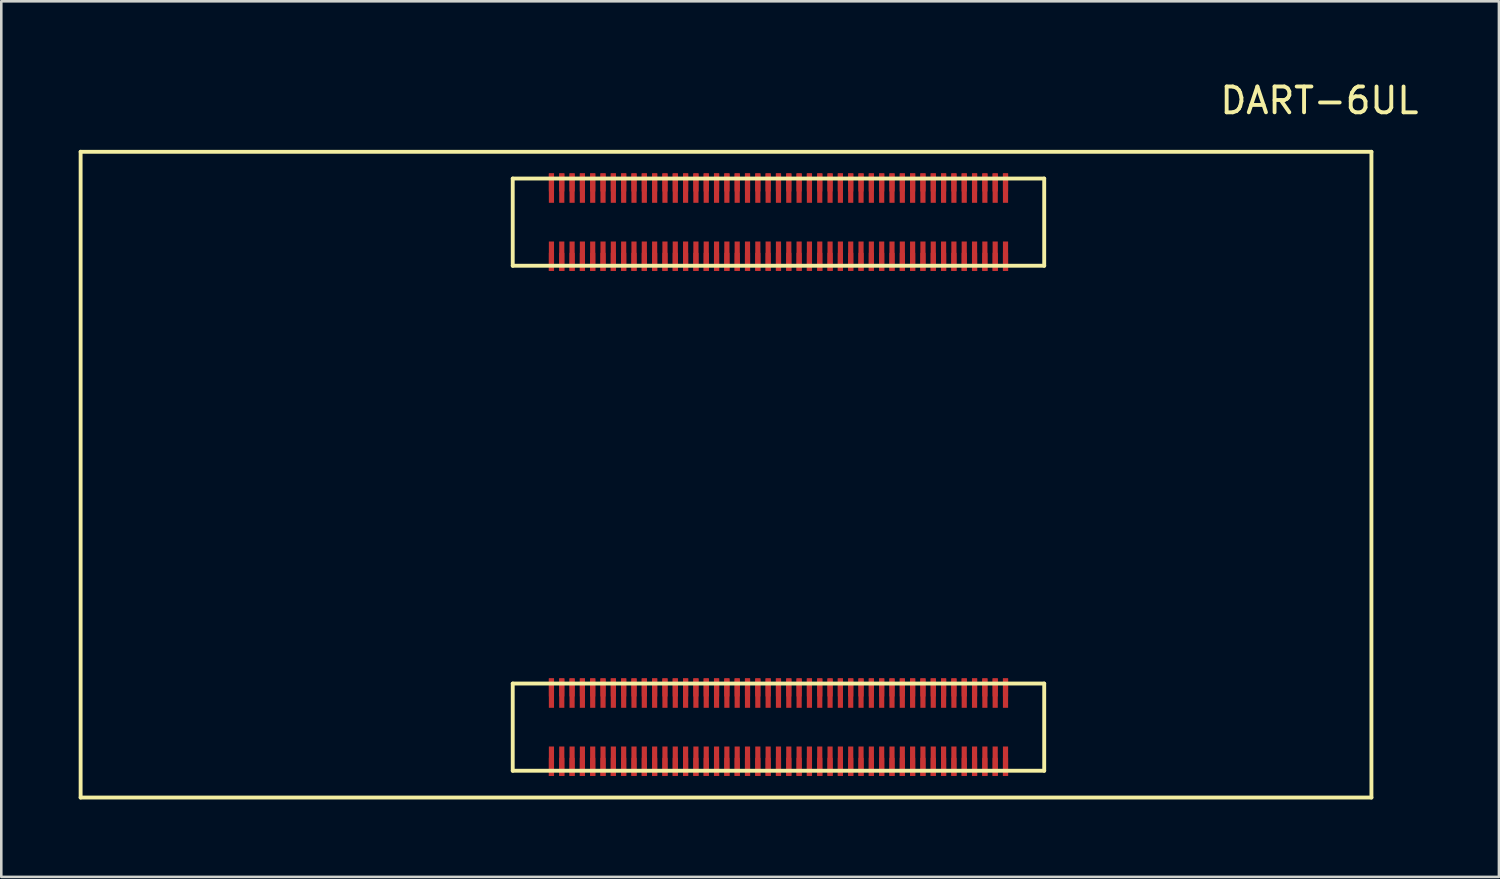
<source format=kicad_pcb>
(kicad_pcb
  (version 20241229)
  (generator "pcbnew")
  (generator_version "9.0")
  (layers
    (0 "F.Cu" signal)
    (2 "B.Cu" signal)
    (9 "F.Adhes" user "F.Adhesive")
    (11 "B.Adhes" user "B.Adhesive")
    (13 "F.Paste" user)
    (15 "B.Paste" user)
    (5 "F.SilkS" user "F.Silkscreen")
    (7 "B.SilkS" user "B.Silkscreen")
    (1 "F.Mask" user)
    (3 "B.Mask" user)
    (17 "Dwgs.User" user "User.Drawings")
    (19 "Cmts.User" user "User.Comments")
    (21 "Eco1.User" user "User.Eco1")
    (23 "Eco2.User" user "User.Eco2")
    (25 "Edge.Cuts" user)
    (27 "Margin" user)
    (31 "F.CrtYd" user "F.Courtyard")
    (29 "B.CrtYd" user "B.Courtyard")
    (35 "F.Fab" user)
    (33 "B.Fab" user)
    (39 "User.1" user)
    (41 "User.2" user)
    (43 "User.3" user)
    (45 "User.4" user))
  (footprint "DART-6UL"
    (layer "F.Cu")
    (at 25.091 15.348)
    (property "Reference" "DART-6UL" (at 23 -14.5 0) (layer "F.SilkS") (effects (font (size 1 1) (thickness 0.15))))
    (attr through_hole)
    (fp_line (start -25.016 -12.515) (end -25.016 12.515) (stroke (width 0.15) (type solid)) (layer "F.SilkS"))
    (fp_line (start -25.016 -12.515) (end 25.016 -12.515) (stroke (width 0.15) (type solid)) (layer "F.SilkS"))
    (fp_line (start -25.016 12.515) (end 25.016 12.515) (stroke (width 0.15) (type solid)) (layer "F.SilkS"))
    (fp_line (start -8.267 -11.477) (end 12.333 -11.477) (stroke (width 0.15) (type solid)) (layer "F.SilkS"))
    (fp_line (start -8.267 -8.097) (end -8.267 -11.477) (stroke (width 0.15) (type solid)) (layer "F.SilkS"))
    (fp_line (start -8.267 8.097) (end 12.333 8.097) (stroke (width 0.15) (type solid)) (layer "F.SilkS"))
    (fp_line (start -8.267 11.477) (end -8.267 8.097) (stroke (width 0.15) (type solid)) (layer "F.SilkS"))
    (fp_line (start 12.333 -11.477) (end 12.333 -8.097) (stroke (width 0.15) (type solid)) (layer "F.SilkS"))
    (fp_line (start 12.333 -8.097) (end -8.267 -8.097) (stroke (width 0.15) (type solid)) (layer "F.SilkS"))
    (fp_line (start 12.333 8.097) (end 12.333 11.477) (stroke (width 0.15) (type solid)) (layer "F.SilkS"))
    (fp_line (start 12.333 11.477) (end -8.267 11.477) (stroke (width 0.15) (type solid)) (layer "F.SilkS"))
    (fp_line (start 25.016 -12.515) (end 25.016 12.515) (stroke (width 0.15) (type solid)) (layer "F.SilkS"))
    (pad "A1" smd custom (at 10.833 -11.327 180) (size 0.2 0.7) (layers "F.Cu" "F.Mask") (options (anchor rect)) (primitives))
    (pad "A1" smd custom (at 10.833 -11.107 180) (size 0.2 1.14) (layers "F.Cu") (options (anchor rect)) (primitives))
    (pad "A2" smd custom (at 10.833 -8.467) (size 0.2 1.14) (layers "F.Cu") (options (anchor rect)) (primitives))
    (pad "A2" smd custom (at 10.833 -8.247) (size 0.2 0.7) (layers "F.Cu" "F.Mask") (options (anchor rect)) (primitives))
    (pad "A3" smd custom (at 10.433 -11.327 180) (size 0.2 0.7) (layers "F.Cu" "F.Mask") (options (anchor rect)) (primitives))
    (pad "A3" smd custom (at 10.433 -11.107 180) (size 0.2 1.14) (layers "F.Cu") (options (anchor rect)) (primitives))
    (pad "A4" smd custom (at 10.433 -8.467) (size 0.2 1.14) (layers "F.Cu") (options (anchor rect)) (primitives))
    (pad "A4" smd custom (at 10.433 -8.247) (size 0.2 0.7) (layers "F.Cu" "F.Mask") (options (anchor rect)) (primitives))
    (pad "A5" smd custom (at 10.033 -11.327 180) (size 0.2 0.7) (layers "F.Cu" "F.Mask") (options (anchor rect)) (primitives))
    (pad "A5" smd custom (at 10.033 -11.107 180) (size 0.2 1.14) (layers "F.Cu") (options (anchor rect)) (primitives))
    (pad "A6" smd custom (at 10.033 -8.467) (size 0.2 1.14) (layers "F.Cu") (options (anchor rect)) (primitives))
    (pad "A6" smd custom (at 10.033 -8.247) (size 0.2 0.7) (layers "F.Cu" "F.Mask") (options (anchor rect)) (primitives))
    (pad "A7" smd custom (at 9.633 -11.327 180) (size 0.2 0.7) (layers "F.Cu" "F.Mask") (options (anchor rect)) (primitives))
    (pad "A7" smd custom (at 9.633 -11.107 180) (size 0.2 1.14) (layers "F.Cu") (options (anchor rect)) (primitives))
    (pad "A8" smd custom (at 9.633 -8.467) (size 0.2 1.14) (layers "F.Cu") (options (anchor rect)) (primitives))
    (pad "A8" smd custom (at 9.633 -8.247) (size 0.2 0.7) (layers "F.Cu" "F.Mask") (options (anchor rect)) (primitives))
    (pad "A9" smd custom (at 9.233 -11.327 180) (size 0.2 0.7) (layers "F.Cu" "F.Mask") (options (anchor rect)) (primitives))
    (pad "A9" smd custom (at 9.233 -11.107 180) (size 0.2 1.14) (layers "F.Cu") (options (anchor rect)) (primitives))
    (pad "A10" smd custom (at 9.233 -8.467) (size 0.2 1.14) (layers "F.Cu") (options (anchor rect)) (primitives))
    (pad "A10" smd custom (at 9.233 -8.247) (size 0.2 0.7) (layers "F.Cu" "F.Mask") (options (anchor rect)) (primitives))
    (pad "A11" smd custom (at 8.833 -11.327 180) (size 0.2 0.7) (layers "F.Cu" "F.Mask") (options (anchor rect)) (primitives))
    (pad "A11" smd custom (at 8.833 -11.107 180) (size 0.2 1.14) (layers "F.Cu") (options (anchor rect)) (primitives))
    (pad "A12" smd custom (at 8.833 -8.467) (size 0.2 1.14) (layers "F.Cu") (options (anchor rect)) (primitives))
    (pad "A12" smd custom (at 8.833 -8.247) (size 0.2 0.7) (layers "F.Cu" "F.Mask") (options (anchor rect)) (primitives))
    (pad "A13" smd custom (at 8.433 -11.327 180) (size 0.2 0.7) (layers "F.Cu" "F.Mask") (options (anchor rect)) (primitives))
    (pad "A13" smd custom (at 8.433 -11.107 180) (size 0.2 1.14) (layers "F.Cu") (options (anchor rect)) (primitives))
    (pad "A14" smd custom (at 8.433 -8.467) (size 0.2 1.14) (layers "F.Cu") (options (anchor rect)) (primitives))
    (pad "A14" smd custom (at 8.433 -8.247) (size 0.2 0.7) (layers "F.Cu" "F.Mask") (options (anchor rect)) (primitives))
    (pad "A15" smd custom (at 8.033 -11.327 180) (size 0.2 0.7) (layers "F.Cu" "F.Mask") (options (anchor rect)) (primitives))
    (pad "A15" smd custom (at 8.033 -11.107 180) (size 0.2 1.14) (layers "F.Cu") (options (anchor rect)) (primitives))
    (pad "A16" smd custom (at 8.033 -8.467) (size 0.2 1.14) (layers "F.Cu") (options (anchor rect)) (primitives))
    (pad "A16" smd custom (at 8.033 -8.247) (size 0.2 0.7) (layers "F.Cu" "F.Mask") (options (anchor rect)) (primitives))
    (pad "A17" smd custom (at 7.633 -11.327 180) (size 0.2 0.7) (layers "F.Cu" "F.Mask") (options (anchor rect)) (primitives))
    (pad "A17" smd custom (at 7.633 -11.107 180) (size 0.2 1.14) (layers "F.Cu") (options (anchor rect)) (primitives))
    (pad "A18" smd custom (at 7.633 -8.467) (size 0.2 1.14) (layers "F.Cu") (options (anchor rect)) (primitives))
    (pad "A18" smd custom (at 7.633 -8.247) (size 0.2 0.7) (layers "F.Cu" "F.Mask") (options (anchor rect)) (primitives))
    (pad "A19" smd custom (at 7.233 -11.327 180) (size 0.2 0.7) (layers "F.Cu" "F.Mask") (options (anchor rect)) (primitives))
    (pad "A19" smd custom (at 7.233 -11.107 180) (size 0.2 1.14) (layers "F.Cu") (options (anchor rect)) (primitives))
    (pad "A20" smd custom (at 7.233 -8.467) (size 0.2 1.14) (layers "F.Cu") (options (anchor rect)) (primitives))
    (pad "A20" smd custom (at 7.233 -8.247) (size 0.2 0.7) (layers "F.Cu" "F.Mask") (options (anchor rect)) (primitives))
    (pad "A21" smd custom (at 6.833 -11.327 180) (size 0.2 0.7) (layers "F.Cu" "F.Mask") (options (anchor rect)) (primitives))
    (pad "A21" smd custom (at 6.833 -11.107 180) (size 0.2 1.14) (layers "F.Cu") (options (anchor rect)) (primitives))
    (pad "A22" smd custom (at 6.833 -8.467) (size 0.2 1.14) (layers "F.Cu") (options (anchor rect)) (primitives))
    (pad "A22" smd custom (at 6.833 -8.247) (size 0.2 0.7) (layers "F.Cu" "F.Mask") (options (anchor rect)) (primitives))
    (pad "A23" smd custom (at 6.433 -11.327 180) (size 0.2 0.7) (layers "F.Cu" "F.Mask") (options (anchor rect)) (primitives))
    (pad "A23" smd custom (at 6.433 -11.107 180) (size 0.2 1.14) (layers "F.Cu") (options (anchor rect)) (primitives))
    (pad "A24" smd custom (at 6.433 -8.467) (size 0.2 1.14) (layers "F.Cu") (options (anchor rect)) (primitives))
    (pad "A24" smd custom (at 6.433 -8.247) (size 0.2 0.7) (layers "F.Cu" "F.Mask") (options (anchor rect)) (primitives))
    (pad "A25" smd custom (at 6.033 -11.327 180) (size 0.2 0.7) (layers "F.Cu" "F.Mask") (options (anchor rect)) (primitives))
    (pad "A25" smd custom (at 6.033 -11.107 180) (size 0.2 1.14) (layers "F.Cu") (options (anchor rect)) (primitives))
    (pad "A26" smd custom (at 6.033 -8.467) (size 0.2 1.14) (layers "F.Cu") (options (anchor rect)) (primitives))
    (pad "A26" smd custom (at 6.033 -8.247) (size 0.2 0.7) (layers "F.Cu" "F.Mask") (options (anchor rect)) (primitives))
    (pad "A27" smd custom (at 5.633 -11.327 180) (size 0.2 0.7) (layers "F.Cu" "F.Mask") (options (anchor rect)) (primitives))
    (pad "A27" smd custom (at 5.633 -11.107 180) (size 0.2 1.14) (layers "F.Cu") (options (anchor rect)) (primitives))
    (pad "A28" smd custom (at 5.633 -8.467) (size 0.2 1.14) (layers "F.Cu") (options (anchor rect)) (primitives))
    (pad "A28" smd custom (at 5.633 -8.247) (size 0.2 0.7) (layers "F.Cu" "F.Mask") (options (anchor rect)) (primitives))
    (pad "A29" smd custom (at 5.233 -11.327 180) (size 0.2 0.7) (layers "F.Cu" "F.Mask") (options (anchor rect)) (primitives))
    (pad "A29" smd custom (at 5.233 -11.107 180) (size 0.2 1.14) (layers "F.Cu") (options (anchor rect)) (primitives))
    (pad "A30" smd custom (at 5.233 -8.467) (size 0.2 1.14) (layers "F.Cu") (options (anchor rect)) (primitives))
    (pad "A30" smd custom (at 5.233 -8.247) (size 0.2 0.7) (layers "F.Cu" "F.Mask") (options (anchor rect)) (primitives))
    (pad "A31" smd custom (at 4.833 -11.327 180) (size 0.2 0.7) (layers "F.Cu" "F.Mask") (options (anchor rect)) (primitives))
    (pad "A31" smd custom (at 4.833 -11.107 180) (size 0.2 1.14) (layers "F.Cu") (options (anchor rect)) (primitives))
    (pad "A32" smd custom (at 4.833 -8.467) (size 0.2 1.14) (layers "F.Cu") (options (anchor rect)) (primitives))
    (pad "A32" smd custom (at 4.833 -8.247) (size 0.2 0.7) (layers "F.Cu" "F.Mask") (options (anchor rect)) (primitives))
    (pad "A33" smd custom (at 4.433 -11.327 180) (size 0.2 0.7) (layers "F.Cu" "F.Mask") (options (anchor rect)) (primitives))
    (pad "A33" smd custom (at 4.433 -11.107 180) (size 0.2 1.14) (layers "F.Cu") (options (anchor rect)) (primitives))
    (pad "A34" smd custom (at 4.433 -8.467) (size 0.2 1.14) (layers "F.Cu") (options (anchor rect)) (primitives))
    (pad "A34" smd custom (at 4.433 -8.247) (size 0.2 0.7) (layers "F.Cu" "F.Mask") (options (anchor rect)) (primitives))
    (pad "A35" smd custom (at 4.033 -11.327 180) (size 0.2 0.7) (layers "F.Cu" "F.Mask") (options (anchor rect)) (primitives))
    (pad "A35" smd custom (at 4.033 -11.107 180) (size 0.2 1.14) (layers "F.Cu") (options (anchor rect)) (primitives))
    (pad "A36" smd custom (at 4.033 -8.467) (size 0.2 1.14) (layers "F.Cu") (options (anchor rect)) (primitives))
    (pad "A36" smd custom (at 4.033 -8.247) (size 0.2 0.7) (layers "F.Cu" "F.Mask") (options (anchor rect)) (primitives))
    (pad "A37" smd custom (at 3.633 -11.327 180) (size 0.2 0.7) (layers "F.Cu" "F.Mask") (options (anchor rect)) (primitives))
    (pad "A37" smd custom (at 3.633 -11.107 180) (size 0.2 1.14) (layers "F.Cu") (options (anchor rect)) (primitives))
    (pad "A38" smd custom (at 3.633 -8.467) (size 0.2 1.14) (layers "F.Cu") (options (anchor rect)) (primitives))
    (pad "A38" smd custom (at 3.633 -8.247) (size 0.2 0.7) (layers "F.Cu" "F.Mask") (options (anchor rect)) (primitives))
    (pad "A39" smd custom (at 3.233 -11.327 180) (size 0.2 0.7) (layers "F.Cu" "F.Mask") (options (anchor rect)) (primitives))
    (pad "A39" smd custom (at 3.233 -11.107 180) (size 0.2 1.14) (layers "F.Cu") (options (anchor rect)) (primitives))
    (pad "A40" smd custom (at 3.233 -8.467) (size 0.2 1.14) (layers "F.Cu") (options (anchor rect)) (primitives))
    (pad "A40" smd custom (at 3.233 -8.247) (size 0.2 0.7) (layers "F.Cu" "F.Mask") (options (anchor rect)) (primitives))
    (pad "A41" smd custom (at 2.833 -11.327 180) (size 0.2 0.7) (layers "F.Cu" "F.Mask") (options (anchor rect)) (primitives))
    (pad "A41" smd custom (at 2.833 -11.107 180) (size 0.2 1.14) (layers "F.Cu") (options (anchor rect)) (primitives))
    (pad "A42" smd custom (at 2.833 -8.467) (size 0.2 1.14) (layers "F.Cu") (options (anchor rect)) (primitives))
    (pad "A42" smd custom (at 2.833 -8.247) (size 0.2 0.7) (layers "F.Cu" "F.Mask") (options (anchor rect)) (primitives))
    (pad "A43" smd custom (at 2.433 -11.327 180) (size 0.2 0.7) (layers "F.Cu" "F.Mask") (options (anchor rect)) (primitives))
    (pad "A43" smd custom (at 2.433 -11.107 180) (size 0.2 1.14) (layers "F.Cu") (options (anchor rect)) (primitives))
    (pad "A44" smd custom (at 2.433 -8.467) (size 0.2 1.14) (layers "F.Cu") (options (anchor rect)) (primitives))
    (pad "A44" smd custom (at 2.433 -8.247) (size 0.2 0.7) (layers "F.Cu" "F.Mask") (options (anchor rect)) (primitives))
    (pad "A45" smd custom (at 2.033 -11.327 180) (size 0.2 0.7) (layers "F.Cu" "F.Mask") (options (anchor rect)) (primitives))
    (pad "A45" smd custom (at 2.033 -11.107 180) (size 0.2 1.14) (layers "F.Cu") (options (anchor rect)) (primitives))
    (pad "A46" smd custom (at 2.033 -8.467) (size 0.2 1.14) (layers "F.Cu") (options (anchor rect)) (primitives))
    (pad "A46" smd custom (at 2.033 -8.247) (size 0.2 0.7) (layers "F.Cu" "F.Mask") (options (anchor rect)) (primitives))
    (pad "A47" smd custom (at 1.633 -11.327 180) (size 0.2 0.7) (layers "F.Cu" "F.Mask") (options (anchor rect)) (primitives))
    (pad "A47" smd custom (at 1.633 -11.107 180) (size 0.2 1.14) (layers "F.Cu") (options (anchor rect)) (primitives))
    (pad "A48" smd custom (at 1.633 -8.467) (size 0.2 1.14) (layers "F.Cu") (options (anchor rect)) (primitives))
    (pad "A48" smd custom (at 1.633 -8.247) (size 0.2 0.7) (layers "F.Cu" "F.Mask") (options (anchor rect)) (primitives))
    (pad "A49" smd custom (at 1.233 -11.327 180) (size 0.2 0.7) (layers "F.Cu" "F.Mask") (options (anchor rect)) (primitives))
    (pad "A49" smd custom (at 1.233 -11.107 180) (size 0.2 1.14) (layers "F.Cu") (options (anchor rect)) (primitives))
    (pad "A50" smd custom (at 1.233 -8.467) (size 0.2 1.14) (layers "F.Cu") (options (anchor rect)) (primitives))
    (pad "A50" smd custom (at 1.233 -8.247) (size 0.2 0.7) (layers "F.Cu" "F.Mask") (options (anchor rect)) (primitives))
    (pad "A51" smd custom (at 0.833 -11.327 180) (size 0.2 0.7) (layers "F.Cu" "F.Mask") (options (anchor rect)) (primitives))
    (pad "A51" smd custom (at 0.833 -11.107 180) (size 0.2 1.14) (layers "F.Cu") (options (anchor rect)) (primitives))
    (pad "A52" smd custom (at 0.833 -8.467) (size 0.2 1.14) (layers "F.Cu") (options (anchor rect)) (primitives))
    (pad "A52" smd custom (at 0.833 -8.247) (size 0.2 0.7) (layers "F.Cu" "F.Mask") (options (anchor rect)) (primitives))
    (pad "A53" smd custom (at 0.433 -11.327 180) (size 0.2 0.7) (layers "F.Cu" "F.Mask") (options (anchor rect)) (primitives))
    (pad "A53" smd custom (at 0.433 -11.107 180) (size 0.2 1.14) (layers "F.Cu") (options (anchor rect)) (primitives))
    (pad "A54" smd custom (at 0.433 -8.467) (size 0.2 1.14) (layers "F.Cu") (options (anchor rect)) (primitives))
    (pad "A54" smd custom (at 0.433 -8.247) (size 0.2 0.7) (layers "F.Cu" "F.Mask") (options (anchor rect)) (primitives))
    (pad "A55" smd custom (at 0.033 -11.327 180) (size 0.2 0.7) (layers "F.Cu" "F.Mask") (options (anchor rect)) (primitives))
    (pad "A55" smd custom (at 0.033 -11.107 180) (size 0.2 1.14) (layers "F.Cu") (options (anchor rect)) (primitives))
    (pad "A56" smd custom (at 0.033 -8.467) (size 0.2 1.14) (layers "F.Cu") (options (anchor rect)) (primitives))
    (pad "A56" smd custom (at 0.033 -8.247) (size 0.2 0.7) (layers "F.Cu" "F.Mask") (options (anchor rect)) (primitives))
    (pad "A57" smd custom (at -0.367 -11.327 180) (size 0.2 0.7) (layers "F.Cu" "F.Mask") (options (anchor rect)) (primitives))
    (pad "A57" smd custom (at -0.367 -11.107 180) (size 0.2 1.14) (layers "F.Cu") (options (anchor rect)) (primitives))
    (pad "A58" smd custom (at -0.367 -8.467) (size 0.2 1.14) (layers "F.Cu") (options (anchor rect)) (primitives))
    (pad "A58" smd custom (at -0.367 -8.247) (size 0.2 0.7) (layers "F.Cu" "F.Mask") (options (anchor rect)) (primitives))
    (pad "A59" smd custom (at -0.767 -11.327 180) (size 0.2 0.7) (layers "F.Cu" "F.Mask") (options (anchor rect)) (primitives))
    (pad "A59" smd custom (at -0.767 -11.107 180) (size 0.2 1.14) (layers "F.Cu") (options (anchor rect)) (primitives))
    (pad "A60" smd custom (at -0.767 -8.467) (size 0.2 1.14) (layers "F.Cu") (options (anchor rect)) (primitives))
    (pad "A60" smd custom (at -0.767 -8.247) (size 0.2 0.7) (layers "F.Cu" "F.Mask") (options (anchor rect)) (primitives))
    (pad "A61" smd custom (at -1.167 -11.327 180) (size 0.2 0.7) (layers "F.Cu" "F.Mask") (options (anchor rect)) (primitives))
    (pad "A61" smd custom (at -1.167 -11.107 180) (size 0.2 1.14) (layers "F.Cu") (options (anchor rect)) (primitives))
    (pad "A62" smd custom (at -1.167 -8.467) (size 0.2 1.14) (layers "F.Cu") (options (anchor rect)) (primitives))
    (pad "A62" smd custom (at -1.167 -8.247) (size 0.2 0.7) (layers "F.Cu" "F.Mask") (options (anchor rect)) (primitives))
    (pad "A63" smd custom (at -1.567 -11.327 180) (size 0.2 0.7) (layers "F.Cu" "F.Mask") (options (anchor rect)) (primitives))
    (pad "A63" smd custom (at -1.567 -11.107 180) (size 0.2 1.14) (layers "F.Cu") (options (anchor rect)) (primitives))
    (pad "A64" smd custom (at -1.567 -8.467) (size 0.2 1.14) (layers "F.Cu") (options (anchor rect)) (primitives))
    (pad "A64" smd custom (at -1.567 -8.247) (size 0.2 0.7) (layers "F.Cu" "F.Mask") (options (anchor rect)) (primitives))
    (pad "A65" smd custom (at -1.967 -11.327 180) (size 0.2 0.7) (layers "F.Cu" "F.Mask") (options (anchor rect)) (primitives))
    (pad "A65" smd custom (at -1.967 -11.107 180) (size 0.2 1.14) (layers "F.Cu") (options (anchor rect)) (primitives))
    (pad "A66" smd custom (at -1.967 -8.467) (size 0.2 1.14) (layers "F.Cu") (options (anchor rect)) (primitives))
    (pad "A66" smd custom (at -1.967 -8.247) (size 0.2 0.7) (layers "F.Cu" "F.Mask") (options (anchor rect)) (primitives))
    (pad "A67" smd custom (at -2.367 -11.327 180) (size 0.2 0.7) (layers "F.Cu" "F.Mask") (options (anchor rect)) (primitives))
    (pad "A67" smd custom (at -2.367 -11.107 180) (size 0.2 1.14) (layers "F.Cu") (options (anchor rect)) (primitives))
    (pad "A68" smd custom (at -2.367 -8.467) (size 0.2 1.14) (layers "F.Cu") (options (anchor rect)) (primitives))
    (pad "A68" smd custom (at -2.367 -8.247) (size 0.2 0.7) (layers "F.Cu" "F.Mask") (options (anchor rect)) (primitives))
    (pad "A69" smd custom (at -2.767 -11.327 180) (size 0.2 0.7) (layers "F.Cu" "F.Mask") (options (anchor rect)) (primitives))
    (pad "A69" smd custom (at -2.767 -11.107 180) (size 0.2 1.14) (layers "F.Cu") (options (anchor rect)) (primitives))
    (pad "A70" smd custom (at -2.767 -8.467) (size 0.2 1.14) (layers "F.Cu") (options (anchor rect)) (primitives))
    (pad "A70" smd custom (at -2.767 -8.247) (size 0.2 0.7) (layers "F.Cu" "F.Mask") (options (anchor rect)) (primitives))
    (pad "A71" smd custom (at -3.167 -11.327 180) (size 0.2 0.7) (layers "F.Cu" "F.Mask") (options (anchor rect)) (primitives))
    (pad "A71" smd custom (at -3.167 -11.107 180) (size 0.2 1.14) (layers "F.Cu") (options (anchor rect)) (primitives))
    (pad "A72" smd custom (at -3.167 -8.467) (size 0.2 1.14) (layers "F.Cu") (options (anchor rect)) (primitives))
    (pad "A72" smd custom (at -3.167 -8.247) (size 0.2 0.7) (layers "F.Cu" "F.Mask") (options (anchor rect)) (primitives))
    (pad "A73" smd custom (at -3.567 -11.327 180) (size 0.2 0.7) (layers "F.Cu" "F.Mask") (options (anchor rect)) (primitives))
    (pad "A73" smd custom (at -3.567 -11.107 180) (size 0.2 1.14) (layers "F.Cu") (options (anchor rect)) (primitives))
    (pad "A74" smd custom (at -3.567 -8.467) (size 0.2 1.14) (layers "F.Cu") (options (anchor rect)) (primitives))
    (pad "A74" smd custom (at -3.567 -8.247) (size 0.2 0.7) (layers "F.Cu" "F.Mask") (options (anchor rect)) (primitives))
    (pad "A75" smd custom (at -3.967 -11.327 180) (size 0.2 0.7) (layers "F.Cu" "F.Mask") (options (anchor rect)) (primitives))
    (pad "A75" smd custom (at -3.967 -11.107 180) (size 0.2 1.14) (layers "F.Cu") (options (anchor rect)) (primitives))
    (pad "A76" smd custom (at -3.967 -8.467) (size 0.2 1.14) (layers "F.Cu") (options (anchor rect)) (primitives))
    (pad "A76" smd custom (at -3.967 -8.247) (size 0.2 0.7) (layers "F.Cu" "F.Mask") (options (anchor rect)) (primitives))
    (pad "A77" smd custom (at -4.367 -11.327 180) (size 0.2 0.7) (layers "F.Cu" "F.Mask") (options (anchor rect)) (primitives))
    (pad "A77" smd custom (at -4.367 -11.107 180) (size 0.2 1.14) (layers "F.Cu") (options (anchor rect)) (primitives))
    (pad "A78" smd custom (at -4.367 -8.467) (size 0.2 1.14) (layers "F.Cu") (options (anchor rect)) (primitives))
    (pad "A78" smd custom (at -4.367 -8.247) (size 0.2 0.7) (layers "F.Cu" "F.Mask") (options (anchor rect)) (primitives))
    (pad "A79" smd custom (at -4.767 -11.327 180) (size 0.2 0.7) (layers "F.Cu" "F.Mask") (options (anchor rect)) (primitives))
    (pad "A79" smd custom (at -4.767 -11.107 180) (size 0.2 1.14) (layers "F.Cu") (options (anchor rect)) (primitives))
    (pad "A80" smd custom (at -4.767 -8.467) (size 0.2 1.14) (layers "F.Cu") (options (anchor rect)) (primitives))
    (pad "A80" smd custom (at -4.767 -8.247) (size 0.2 0.7) (layers "F.Cu" "F.Mask") (options (anchor rect)) (primitives))
    (pad "A81" smd custom (at -5.167 -11.327 180) (size 0.2 0.7) (layers "F.Cu" "F.Mask") (options (anchor rect)) (primitives))
    (pad "A81" smd custom (at -5.167 -11.107 180) (size 0.2 1.14) (layers "F.Cu") (options (anchor rect)) (primitives))
    (pad "A82" smd custom (at -5.167 -8.467) (size 0.2 1.14) (layers "F.Cu") (options (anchor rect)) (primitives))
    (pad "A82" smd custom (at -5.167 -8.247) (size 0.2 0.7) (layers "F.Cu" "F.Mask") (options (anchor rect)) (primitives))
    (pad "A83" smd custom (at -5.567 -11.327 180) (size 0.2 0.7) (layers "F.Cu" "F.Mask") (options (anchor rect)) (primitives))
    (pad "A83" smd custom (at -5.567 -11.107 180) (size 0.2 1.14) (layers "F.Cu") (options (anchor rect)) (primitives))
    (pad "A84" smd custom (at -5.567 -8.467) (size 0.2 1.14) (layers "F.Cu") (options (anchor rect)) (primitives))
    (pad "A84" smd custom (at -5.567 -8.247) (size 0.2 0.7) (layers "F.Cu" "F.Mask") (options (anchor rect)) (primitives))
    (pad "A85" smd custom (at -5.967 -11.327 180) (size 0.2 0.7) (layers "F.Cu" "F.Mask") (options (anchor rect)) (primitives))
    (pad "A85" smd custom (at -5.967 -11.107 180) (size 0.2 1.14) (layers "F.Cu") (options (anchor rect)) (primitives))
    (pad "A86" smd custom (at -5.967 -8.467) (size 0.2 1.14) (layers "F.Cu") (options (anchor rect)) (primitives))
    (pad "A86" smd custom (at -5.967 -8.247) (size 0.2 0.7) (layers "F.Cu" "F.Mask") (options (anchor rect)) (primitives))
    (pad "A87" smd custom (at -6.367 -11.327 180) (size 0.2 0.7) (layers "F.Cu" "F.Mask") (options (anchor rect)) (primitives))
    (pad "A87" smd custom (at -6.367 -11.107 180) (size 0.2 1.14) (layers "F.Cu") (options (anchor rect)) (primitives))
    (pad "A88" smd custom (at -6.367 -8.467) (size 0.2 1.14) (layers "F.Cu") (options (anchor rect)) (primitives))
    (pad "A88" smd custom (at -6.367 -8.247) (size 0.2 0.7) (layers "F.Cu" "F.Mask") (options (anchor rect)) (primitives))
    (pad "A89" smd custom (at -6.767 -11.327 180) (size 0.2 0.7) (layers "F.Cu" "F.Mask") (options (anchor rect)) (primitives))
    (pad "A89" smd custom (at -6.767 -11.107 180) (size 0.2 1.14) (layers "F.Cu") (options (anchor rect)) (primitives))
    (pad "A90" smd custom (at -6.767 -8.467) (size 0.2 1.14) (layers "F.Cu") (options (anchor rect)) (primitives))
    (pad "A90" smd custom (at -6.767 -8.247) (size 0.2 0.7) (layers "F.Cu" "F.Mask") (options (anchor rect)) (primitives))
    (pad "B1" smd custom (at 10.833 8.247 180) (size 0.2 0.7) (layers "F.Cu" "F.Mask") (options (anchor rect)) (primitives))
    (pad "B1" smd custom (at 10.833 8.467 180) (size 0.2 1.14) (layers "F.Cu") (options (anchor rect)) (primitives))
    (pad "B2" smd custom (at 10.833 11.107) (size 0.2 1.14) (layers "F.Cu") (options (anchor rect)) (primitives))
    (pad "B2" smd custom (at 10.833 11.327) (size 0.2 0.7) (layers "F.Cu" "F.Mask") (options (anchor rect)) (primitives))
    (pad "B3" smd custom (at 10.433 8.247 180) (size 0.2 0.7) (layers "F.Cu" "F.Mask") (options (anchor rect)) (primitives))
    (pad "B3" smd custom (at 10.433 8.467 180) (size 0.2 1.14) (layers "F.Cu") (options (anchor rect)) (primitives))
    (pad "B4" smd custom (at 10.433 11.107) (size 0.2 1.14) (layers "F.Cu") (options (anchor rect)) (primitives))
    (pad "B4" smd custom (at 10.433 11.327) (size 0.2 0.7) (layers "F.Cu" "F.Mask") (options (anchor rect)) (primitives))
    (pad "B5" smd custom (at 10.033 8.247 180) (size 0.2 0.7) (layers "F.Cu" "F.Mask") (options (anchor rect)) (primitives))
    (pad "B5" smd custom (at 10.033 8.467 180) (size 0.2 1.14) (layers "F.Cu") (options (anchor rect)) (primitives))
    (pad "B6" smd custom (at 10.033 11.107) (size 0.2 1.14) (layers "F.Cu") (options (anchor rect)) (primitives))
    (pad "B6" smd custom (at 10.033 11.327) (size 0.2 0.7) (layers "F.Cu" "F.Mask") (options (anchor rect)) (primitives))
    (pad "B7" smd custom (at 9.633 8.247 180) (size 0.2 0.7) (layers "F.Cu" "F.Mask") (options (anchor rect)) (primitives))
    (pad "B7" smd custom (at 9.633 8.467 180) (size 0.2 1.14) (layers "F.Cu") (options (anchor rect)) (primitives))
    (pad "B8" smd custom (at 9.633 11.107) (size 0.2 1.14) (layers "F.Cu") (options (anchor rect)) (primitives))
    (pad "B8" smd custom (at 9.633 11.327) (size 0.2 0.7) (layers "F.Cu" "F.Mask") (options (anchor rect)) (primitives))
    (pad "B9" smd custom (at 9.233 8.247 180) (size 0.2 0.7) (layers "F.Cu" "F.Mask") (options (anchor rect)) (primitives))
    (pad "B9" smd custom (at 9.233 8.467 180) (size 0.2 1.14) (layers "F.Cu") (options (anchor rect)) (primitives))
    (pad "B10" smd custom (at 9.233 11.107) (size 0.2 1.14) (layers "F.Cu") (options (anchor rect)) (primitives))
    (pad "B10" smd custom (at 9.233 11.327) (size 0.2 0.7) (layers "F.Cu" "F.Mask") (options (anchor rect)) (primitives))
    (pad "B11" smd custom (at 8.833 8.247 180) (size 0.2 0.7) (layers "F.Cu" "F.Mask") (options (anchor rect)) (primitives))
    (pad "B11" smd custom (at 8.833 8.467 180) (size 0.2 1.14) (layers "F.Cu") (options (anchor rect)) (primitives))
    (pad "B12" smd custom (at 8.833 11.107) (size 0.2 1.14) (layers "F.Cu") (options (anchor rect)) (primitives))
    (pad "B12" smd custom (at 8.833 11.327) (size 0.2 0.7) (layers "F.Cu" "F.Mask") (options (anchor rect)) (primitives))
    (pad "B13" smd custom (at 8.433 8.247 180) (size 0.2 0.7) (layers "F.Cu" "F.Mask") (options (anchor rect)) (primitives))
    (pad "B13" smd custom (at 8.433 8.467 180) (size 0.2 1.14) (layers "F.Cu") (options (anchor rect)) (primitives))
    (pad "B14" smd custom (at 8.433 11.107) (size 0.2 1.14) (layers "F.Cu") (options (anchor rect)) (primitives))
    (pad "B14" smd custom (at 8.433 11.327) (size 0.2 0.7) (layers "F.Cu" "F.Mask") (options (anchor rect)) (primitives))
    (pad "B15" smd custom (at 8.033 8.247 180) (size 0.2 0.7) (layers "F.Cu" "F.Mask") (options (anchor rect)) (primitives))
    (pad "B15" smd custom (at 8.033 8.467 180) (size 0.2 1.14) (layers "F.Cu") (options (anchor rect)) (primitives))
    (pad "B16" smd custom (at 8.033 11.107) (size 0.2 1.14) (layers "F.Cu") (options (anchor rect)) (primitives))
    (pad "B16" smd custom (at 8.033 11.327) (size 0.2 0.7) (layers "F.Cu" "F.Mask") (options (anchor rect)) (primitives))
    (pad "B17" smd custom (at 7.633 8.247 180) (size 0.2 0.7) (layers "F.Cu" "F.Mask") (options (anchor rect)) (primitives))
    (pad "B17" smd custom (at 7.633 8.467 180) (size 0.2 1.14) (layers "F.Cu") (options (anchor rect)) (primitives))
    (pad "B18" smd custom (at 7.633 11.107) (size 0.2 1.14) (layers "F.Cu") (options (anchor rect)) (primitives))
    (pad "B18" smd custom (at 7.633 11.327) (size 0.2 0.7) (layers "F.Cu" "F.Mask") (options (anchor rect)) (primitives))
    (pad "B19" smd custom (at 7.233 8.247 180) (size 0.2 0.7) (layers "F.Cu" "F.Mask") (options (anchor rect)) (primitives))
    (pad "B19" smd custom (at 7.233 8.467 180) (size 0.2 1.14) (layers "F.Cu") (options (anchor rect)) (primitives))
    (pad "B20" smd custom (at 7.233 11.107) (size 0.2 1.14) (layers "F.Cu") (options (anchor rect)) (primitives))
    (pad "B20" smd custom (at 7.233 11.327) (size 0.2 0.7) (layers "F.Cu" "F.Mask") (options (anchor rect)) (primitives))
    (pad "B21" smd custom (at 6.833 8.247 180) (size 0.2 0.7) (layers "F.Cu" "F.Mask") (options (anchor rect)) (primitives))
    (pad "B21" smd custom (at 6.833 8.467 180) (size 0.2 1.14) (layers "F.Cu") (options (anchor rect)) (primitives))
    (pad "B22" smd custom (at 6.833 11.107) (size 0.2 1.14) (layers "F.Cu") (options (anchor rect)) (primitives))
    (pad "B22" smd custom (at 6.833 11.327) (size 0.2 0.7) (layers "F.Cu" "F.Mask") (options (anchor rect)) (primitives))
    (pad "B23" smd custom (at 6.433 8.247 180) (size 0.2 0.7) (layers "F.Cu" "F.Mask") (options (anchor rect)) (primitives))
    (pad "B23" smd custom (at 6.433 8.467 180) (size 0.2 1.14) (layers "F.Cu") (options (anchor rect)) (primitives))
    (pad "B24" smd custom (at 6.433 11.107) (size 0.2 1.14) (layers "F.Cu") (options (anchor rect)) (primitives))
    (pad "B24" smd custom (at 6.433 11.327) (size 0.2 0.7) (layers "F.Cu" "F.Mask") (options (anchor rect)) (primitives))
    (pad "B25" smd custom (at 6.033 8.247 180) (size 0.2 0.7) (layers "F.Cu" "F.Mask") (options (anchor rect)) (primitives))
    (pad "B25" smd custom (at 6.033 8.467 180) (size 0.2 1.14) (layers "F.Cu") (options (anchor rect)) (primitives))
    (pad "B26" smd custom (at 6.033 11.107) (size 0.2 1.14) (layers "F.Cu") (options (anchor rect)) (primitives))
    (pad "B26" smd custom (at 6.033 11.327) (size 0.2 0.7) (layers "F.Cu" "F.Mask") (options (anchor rect)) (primitives))
    (pad "B27" smd custom (at 5.633 8.247 180) (size 0.2 0.7) (layers "F.Cu" "F.Mask") (options (anchor rect)) (primitives))
    (pad "B27" smd custom (at 5.633 8.467 180) (size 0.2 1.14) (layers "F.Cu") (options (anchor rect)) (primitives))
    (pad "B28" smd custom (at 5.633 11.107) (size 0.2 1.14) (layers "F.Cu") (options (anchor rect)) (primitives))
    (pad "B28" smd custom (at 5.633 11.327) (size 0.2 0.7) (layers "F.Cu" "F.Mask") (options (anchor rect)) (primitives))
    (pad "B29" smd custom (at 5.233 8.247 180) (size 0.2 0.7) (layers "F.Cu" "F.Mask") (options (anchor rect)) (primitives))
    (pad "B29" smd custom (at 5.233 8.467 180) (size 0.2 1.14) (layers "F.Cu") (options (anchor rect)) (primitives))
    (pad "B30" smd custom (at 5.233 11.107) (size 0.2 1.14) (layers "F.Cu") (options (anchor rect)) (primitives))
    (pad "B30" smd custom (at 5.233 11.327) (size 0.2 0.7) (layers "F.Cu" "F.Mask") (options (anchor rect)) (primitives))
    (pad "B31" smd custom (at 4.833 8.247 180) (size 0.2 0.7) (layers "F.Cu" "F.Mask") (options (anchor rect)) (primitives))
    (pad "B31" smd custom (at 4.833 8.467 180) (size 0.2 1.14) (layers "F.Cu") (options (anchor rect)) (primitives))
    (pad "B32" smd custom (at 4.833 11.107) (size 0.2 1.14) (layers "F.Cu") (options (anchor rect)) (primitives))
    (pad "B32" smd custom (at 4.833 11.327) (size 0.2 0.7) (layers "F.Cu" "F.Mask") (options (anchor rect)) (primitives))
    (pad "B33" smd custom (at 4.433 8.247 180) (size 0.2 0.7) (layers "F.Cu" "F.Mask") (options (anchor rect)) (primitives))
    (pad "B33" smd custom (at 4.433 8.467 180) (size 0.2 1.14) (layers "F.Cu") (options (anchor rect)) (primitives))
    (pad "B34" smd custom (at 4.433 11.107) (size 0.2 1.14) (layers "F.Cu") (options (anchor rect)) (primitives))
    (pad "B34" smd custom (at 4.433 11.327) (size 0.2 0.7) (layers "F.Cu" "F.Mask") (options (anchor rect)) (primitives))
    (pad "B35" smd custom (at 4.033 8.247 180) (size 0.2 0.7) (layers "F.Cu" "F.Mask") (options (anchor rect)) (primitives))
    (pad "B35" smd custom (at 4.033 8.467 180) (size 0.2 1.14) (layers "F.Cu") (options (anchor rect)) (primitives))
    (pad "B36" smd custom (at 4.033 11.107) (size 0.2 1.14) (layers "F.Cu") (options (anchor rect)) (primitives))
    (pad "B36" smd custom (at 4.033 11.327) (size 0.2 0.7) (layers "F.Cu" "F.Mask") (options (anchor rect)) (primitives))
    (pad "B37" smd custom (at 3.633 8.247 180) (size 0.2 0.7) (layers "F.Cu" "F.Mask") (options (anchor rect)) (primitives))
    (pad "B37" smd custom (at 3.633 8.467 180) (size 0.2 1.14) (layers "F.Cu") (options (anchor rect)) (primitives))
    (pad "B38" smd custom (at 3.633 11.107) (size 0.2 1.14) (layers "F.Cu") (options (anchor rect)) (primitives))
    (pad "B38" smd custom (at 3.633 11.327) (size 0.2 0.7) (layers "F.Cu" "F.Mask") (options (anchor rect)) (primitives))
    (pad "B39" smd custom (at 3.233 8.247 180) (size 0.2 0.7) (layers "F.Cu" "F.Mask") (options (anchor rect)) (primitives))
    (pad "B39" smd custom (at 3.233 8.467 180) (size 0.2 1.14) (layers "F.Cu") (options (anchor rect)) (primitives))
    (pad "B40" smd custom (at 3.233 11.107) (size 0.2 1.14) (layers "F.Cu") (options (anchor rect)) (primitives))
    (pad "B40" smd custom (at 3.233 11.327) (size 0.2 0.7) (layers "F.Cu" "F.Mask") (options (anchor rect)) (primitives))
    (pad "B41" smd custom (at 2.833 8.247 180) (size 0.2 0.7) (layers "F.Cu" "F.Mask") (options (anchor rect)) (primitives))
    (pad "B41" smd custom (at 2.833 8.467 180) (size 0.2 1.14) (layers "F.Cu") (options (anchor rect)) (primitives))
    (pad "B42" smd custom (at 2.833 11.107) (size 0.2 1.14) (layers "F.Cu") (options (anchor rect)) (primitives))
    (pad "B42" smd custom (at 2.833 11.327) (size 0.2 0.7) (layers "F.Cu" "F.Mask") (options (anchor rect)) (primitives))
    (pad "B43" smd custom (at 2.433 8.247 180) (size 0.2 0.7) (layers "F.Cu" "F.Mask") (options (anchor rect)) (primitives))
    (pad "B43" smd custom (at 2.433 8.467 180) (size 0.2 1.14) (layers "F.Cu") (options (anchor rect)) (primitives))
    (pad "B44" smd custom (at 2.433 11.107) (size 0.2 1.14) (layers "F.Cu") (options (anchor rect)) (primitives))
    (pad "B44" smd custom (at 2.433 11.327) (size 0.2 0.7) (layers "F.Cu" "F.Mask") (options (anchor rect)) (primitives))
    (pad "B45" smd custom (at 2.033 8.247 180) (size 0.2 0.7) (layers "F.Cu" "F.Mask") (options (anchor rect)) (primitives))
    (pad "B45" smd custom (at 2.033 8.467 180) (size 0.2 1.14) (layers "F.Cu") (options (anchor rect)) (primitives))
    (pad "B46" smd custom (at 2.033 11.107) (size 0.2 1.14) (layers "F.Cu") (options (anchor rect)) (primitives))
    (pad "B46" smd custom (at 2.033 11.327) (size 0.2 0.7) (layers "F.Cu" "F.Mask") (options (anchor rect)) (primitives))
    (pad "B47" smd custom (at 1.633 8.247 180) (size 0.2 0.7) (layers "F.Cu" "F.Mask") (options (anchor rect)) (primitives))
    (pad "B47" smd custom (at 1.633 8.467 180) (size 0.2 1.14) (layers "F.Cu") (options (anchor rect)) (primitives))
    (pad "B48" smd custom (at 1.633 11.107) (size 0.2 1.14) (layers "F.Cu") (options (anchor rect)) (primitives))
    (pad "B48" smd custom (at 1.633 11.327) (size 0.2 0.7) (layers "F.Cu" "F.Mask") (options (anchor rect)) (primitives))
    (pad "B49" smd custom (at 1.233 8.247 180) (size 0.2 0.7) (layers "F.Cu" "F.Mask") (options (anchor rect)) (primitives))
    (pad "B49" smd custom (at 1.233 8.467 180) (size 0.2 1.14) (layers "F.Cu") (options (anchor rect)) (primitives))
    (pad "B50" smd custom (at 1.233 11.107) (size 0.2 1.14) (layers "F.Cu") (options (anchor rect)) (primitives))
    (pad "B50" smd custom (at 1.233 11.327) (size 0.2 0.7) (layers "F.Cu" "F.Mask") (options (anchor rect)) (primitives))
    (pad "B51" smd custom (at 0.833 8.247 180) (size 0.2 0.7) (layers "F.Cu" "F.Mask") (options (anchor rect)) (primitives))
    (pad "B51" smd custom (at 0.833 8.467 180) (size 0.2 1.14) (layers "F.Cu") (options (anchor rect)) (primitives))
    (pad "B52" smd custom (at 0.833 11.107) (size 0.2 1.14) (layers "F.Cu") (options (anchor rect)) (primitives))
    (pad "B52" smd custom (at 0.833 11.327) (size 0.2 0.7) (layers "F.Cu" "F.Mask") (options (anchor rect)) (primitives))
    (pad "B53" smd custom (at 0.433 8.247 180) (size 0.2 0.7) (layers "F.Cu" "F.Mask") (options (anchor rect)) (primitives))
    (pad "B53" smd custom (at 0.433 8.467 180) (size 0.2 1.14) (layers "F.Cu") (options (anchor rect)) (primitives))
    (pad "B54" smd custom (at 0.433 11.107) (size 0.2 1.14) (layers "F.Cu") (options (anchor rect)) (primitives))
    (pad "B54" smd custom (at 0.433 11.327) (size 0.2 0.7) (layers "F.Cu" "F.Mask") (options (anchor rect)) (primitives))
    (pad "B55" smd custom (at 0.033 8.247 180) (size 0.2 0.7) (layers "F.Cu" "F.Mask") (options (anchor rect)) (primitives))
    (pad "B55" smd custom (at 0.033 8.467 180) (size 0.2 1.14) (layers "F.Cu") (options (anchor rect)) (primitives))
    (pad "B56" smd custom (at 0.033 11.107) (size 0.2 1.14) (layers "F.Cu") (options (anchor rect)) (primitives))
    (pad "B56" smd custom (at 0.033 11.327) (size 0.2 0.7) (layers "F.Cu" "F.Mask") (options (anchor rect)) (primitives))
    (pad "B57" smd custom (at -0.367 8.247 180) (size 0.2 0.7) (layers "F.Cu" "F.Mask") (options (anchor rect)) (primitives))
    (pad "B57" smd custom (at -0.367 8.467 180) (size 0.2 1.14) (layers "F.Cu") (options (anchor rect)) (primitives))
    (pad "B58" smd custom (at -0.367 11.107) (size 0.2 1.14) (layers "F.Cu") (options (anchor rect)) (primitives))
    (pad "B58" smd custom (at -0.367 11.327) (size 0.2 0.7) (layers "F.Cu" "F.Mask") (options (anchor rect)) (primitives))
    (pad "B59" smd custom (at -0.767 8.247 180) (size 0.2 0.7) (layers "F.Cu" "F.Mask") (options (anchor rect)) (primitives))
    (pad "B59" smd custom (at -0.767 8.467 180) (size 0.2 1.14) (layers "F.Cu") (options (anchor rect)) (primitives))
    (pad "B60" smd custom (at -0.767 11.107) (size 0.2 1.14) (layers "F.Cu") (options (anchor rect)) (primitives))
    (pad "B60" smd custom (at -0.767 11.327) (size 0.2 0.7) (layers "F.Cu" "F.Mask") (options (anchor rect)) (primitives))
    (pad "B61" smd custom (at -1.167 8.247 180) (size 0.2 0.7) (layers "F.Cu" "F.Mask") (options (anchor rect)) (primitives))
    (pad "B61" smd custom (at -1.167 8.467 180) (size 0.2 1.14) (layers "F.Cu") (options (anchor rect)) (primitives))
    (pad "B62" smd custom (at -1.167 11.107) (size 0.2 1.14) (layers "F.Cu") (options (anchor rect)) (primitives))
    (pad "B62" smd custom (at -1.167 11.327) (size 0.2 0.7) (layers "F.Cu" "F.Mask") (options (anchor rect)) (primitives))
    (pad "B63" smd custom (at -1.567 8.247 180) (size 0.2 0.7) (layers "F.Cu" "F.Mask") (options (anchor rect)) (primitives))
    (pad "B63" smd custom (at -1.567 8.467 180) (size 0.2 1.14) (layers "F.Cu") (options (anchor rect)) (primitives))
    (pad "B64" smd custom (at -1.567 11.107) (size 0.2 1.14) (layers "F.Cu") (options (anchor rect)) (primitives))
    (pad "B64" smd custom (at -1.567 11.327) (size 0.2 0.7) (layers "F.Cu" "F.Mask") (options (anchor rect)) (primitives))
    (pad "B65" smd custom (at -1.967 8.247 180) (size 0.2 0.7) (layers "F.Cu" "F.Mask") (options (anchor rect)) (primitives))
    (pad "B65" smd custom (at -1.967 8.467 180) (size 0.2 1.14) (layers "F.Cu") (options (anchor rect)) (primitives))
    (pad "B66" smd custom (at -1.967 11.107) (size 0.2 1.14) (layers "F.Cu") (options (anchor rect)) (primitives))
    (pad "B66" smd custom (at -1.967 11.327) (size 0.2 0.7) (layers "F.Cu" "F.Mask") (options (anchor rect)) (primitives))
    (pad "B67" smd custom (at -2.367 8.247 180) (size 0.2 0.7) (layers "F.Cu" "F.Mask") (options (anchor rect)) (primitives))
    (pad "B67" smd custom (at -2.367 8.467 180) (size 0.2 1.14) (layers "F.Cu") (options (anchor rect)) (primitives))
    (pad "B68" smd custom (at -2.367 11.107) (size 0.2 1.14) (layers "F.Cu") (options (anchor rect)) (primitives))
    (pad "B68" smd custom (at -2.367 11.327) (size 0.2 0.7) (layers "F.Cu" "F.Mask") (options (anchor rect)) (primitives))
    (pad "B69" smd custom (at -2.767 8.247 180) (size 0.2 0.7) (layers "F.Cu" "F.Mask") (options (anchor rect)) (primitives))
    (pad "B69" smd custom (at -2.767 8.467 180) (size 0.2 1.14) (layers "F.Cu") (options (anchor rect)) (primitives))
    (pad "B70" smd custom (at -2.767 11.107) (size 0.2 1.14) (layers "F.Cu") (options (anchor rect)) (primitives))
    (pad "B70" smd custom (at -2.767 11.327) (size 0.2 0.7) (layers "F.Cu" "F.Mask") (options (anchor rect)) (primitives))
    (pad "B71" smd custom (at -3.167 8.247 180) (size 0.2 0.7) (layers "F.Cu" "F.Mask") (options (anchor rect)) (primitives))
    (pad "B71" smd custom (at -3.167 8.467 180) (size 0.2 1.14) (layers "F.Cu") (options (anchor rect)) (primitives))
    (pad "B72" smd custom (at -3.167 11.107) (size 0.2 1.14) (layers "F.Cu") (options (anchor rect)) (primitives))
    (pad "B72" smd custom (at -3.167 11.327) (size 0.2 0.7) (layers "F.Cu" "F.Mask") (options (anchor rect)) (primitives))
    (pad "B73" smd custom (at -3.567 8.247 180) (size 0.2 0.7) (layers "F.Cu" "F.Mask") (options (anchor rect)) (primitives))
    (pad "B73" smd custom (at -3.567 8.467 180) (size 0.2 1.14) (layers "F.Cu") (options (anchor rect)) (primitives))
    (pad "B74" smd custom (at -3.567 11.107) (size 0.2 1.14) (layers "F.Cu") (options (anchor rect)) (primitives))
    (pad "B74" smd custom (at -3.567 11.327) (size 0.2 0.7) (layers "F.Cu" "F.Mask") (options (anchor rect)) (primitives))
    (pad "B75" smd custom (at -3.967 8.247 180) (size 0.2 0.7) (layers "F.Cu" "F.Mask") (options (anchor rect)) (primitives))
    (pad "B75" smd custom (at -3.967 8.467 180) (size 0.2 1.14) (layers "F.Cu") (options (anchor rect)) (primitives))
    (pad "B76" smd custom (at -3.967 11.107) (size 0.2 1.14) (layers "F.Cu") (options (anchor rect)) (primitives))
    (pad "B76" smd custom (at -3.967 11.327) (size 0.2 0.7) (layers "F.Cu" "F.Mask") (options (anchor rect)) (primitives))
    (pad "B77" smd custom (at -4.367 8.247 180) (size 0.2 0.7) (layers "F.Cu" "F.Mask") (options (anchor rect)) (primitives))
    (pad "B77" smd custom (at -4.367 8.467 180) (size 0.2 1.14) (layers "F.Cu") (options (anchor rect)) (primitives))
    (pad "B78" smd custom (at -4.367 11.107) (size 0.2 1.14) (layers "F.Cu") (options (anchor rect)) (primitives))
    (pad "B78" smd custom (at -4.367 11.327) (size 0.2 0.7) (layers "F.Cu" "F.Mask") (options (anchor rect)) (primitives))
    (pad "B79" smd custom (at -4.767 8.247 180) (size 0.2 0.7) (layers "F.Cu" "F.Mask") (options (anchor rect)) (primitives))
    (pad "B79" smd custom (at -4.767 8.467 180) (size 0.2 1.14) (layers "F.Cu") (options (anchor rect)) (primitives))
    (pad "B80" smd custom (at -4.767 11.107) (size 0.2 1.14) (layers "F.Cu") (options (anchor rect)) (primitives))
    (pad "B80" smd custom (at -4.767 11.327) (size 0.2 0.7) (layers "F.Cu" "F.Mask") (options (anchor rect)) (primitives))
    (pad "B81" smd custom (at -5.167 8.247 180) (size 0.2 0.7) (layers "F.Cu" "F.Mask") (options (anchor rect)) (primitives))
    (pad "B81" smd custom (at -5.167 8.467 180) (size 0.2 1.14) (layers "F.Cu") (options (anchor rect)) (primitives))
    (pad "B82" smd custom (at -5.167 11.107) (size 0.2 1.14) (layers "F.Cu") (options (anchor rect)) (primitives))
    (pad "B82" smd custom (at -5.167 11.327) (size 0.2 0.7) (layers "F.Cu" "F.Mask") (options (anchor rect)) (primitives))
    (pad "B83" smd custom (at -5.567 8.247 180) (size 0.2 0.7) (layers "F.Cu" "F.Mask") (options (anchor rect)) (primitives))
    (pad "B83" smd custom (at -5.567 8.467 180) (size 0.2 1.14) (layers "F.Cu") (options (anchor rect)) (primitives))
    (pad "B84" smd custom (at -5.567 11.107) (size 0.2 1.14) (layers "F.Cu") (options (anchor rect)) (primitives))
    (pad "B84" smd custom (at -5.567 11.327) (size 0.2 0.7) (layers "F.Cu" "F.Mask") (options (anchor rect)) (primitives))
    (pad "B85" smd custom (at -5.967 8.247 180) (size 0.2 0.7) (layers "F.Cu" "F.Mask") (options (anchor rect)) (primitives))
    (pad "B85" smd custom (at -5.967 8.467 180) (size 0.2 1.14) (layers "F.Cu") (options (anchor rect)) (primitives))
    (pad "B86" smd custom (at -5.967 11.107) (size 0.2 1.14) (layers "F.Cu") (options (anchor rect)) (primitives))
    (pad "B86" smd custom (at -5.967 11.327) (size 0.2 0.7) (layers "F.Cu" "F.Mask") (options (anchor rect)) (primitives))
    (pad "B87" smd custom (at -6.367 8.247 180) (size 0.2 0.7) (layers "F.Cu" "F.Mask") (options (anchor rect)) (primitives))
    (pad "B87" smd custom (at -6.367 8.467 180) (size 0.2 1.14) (layers "F.Cu") (options (anchor rect)) (primitives))
    (pad "B88" smd custom (at -6.367 11.107) (size 0.2 1.14) (layers "F.Cu") (options (anchor rect)) (primitives))
    (pad "B88" smd custom (at -6.367 11.327) (size 0.2 0.7) (layers "F.Cu" "F.Mask") (options (anchor rect)) (primitives))
    (pad "B89" smd custom (at -6.767 8.247 180) (size 0.2 0.7) (layers "F.Cu" "F.Mask") (options (anchor rect)) (primitives))
    (pad "B89" smd custom (at -6.767 8.467 180) (size 0.2 1.14) (layers "F.Cu") (options (anchor rect)) (primitives))
    (pad "B90" smd custom (at -6.767 11.107) (size 0.2 1.14) (layers "F.Cu") (options (anchor rect)) (primitives))
    (pad "B90" smd custom (at -6.767 11.327) (size 0.2 0.7) (layers "F.Cu" "F.Mask") (options (anchor rect)) (primitives)))
  (gr_rect
    (start -3 -3)
    (end 55.049 30.939)
    (stroke (width 0.1) (type default))
    (fill no)
    (layer "Edge.Cuts")))
</source>
